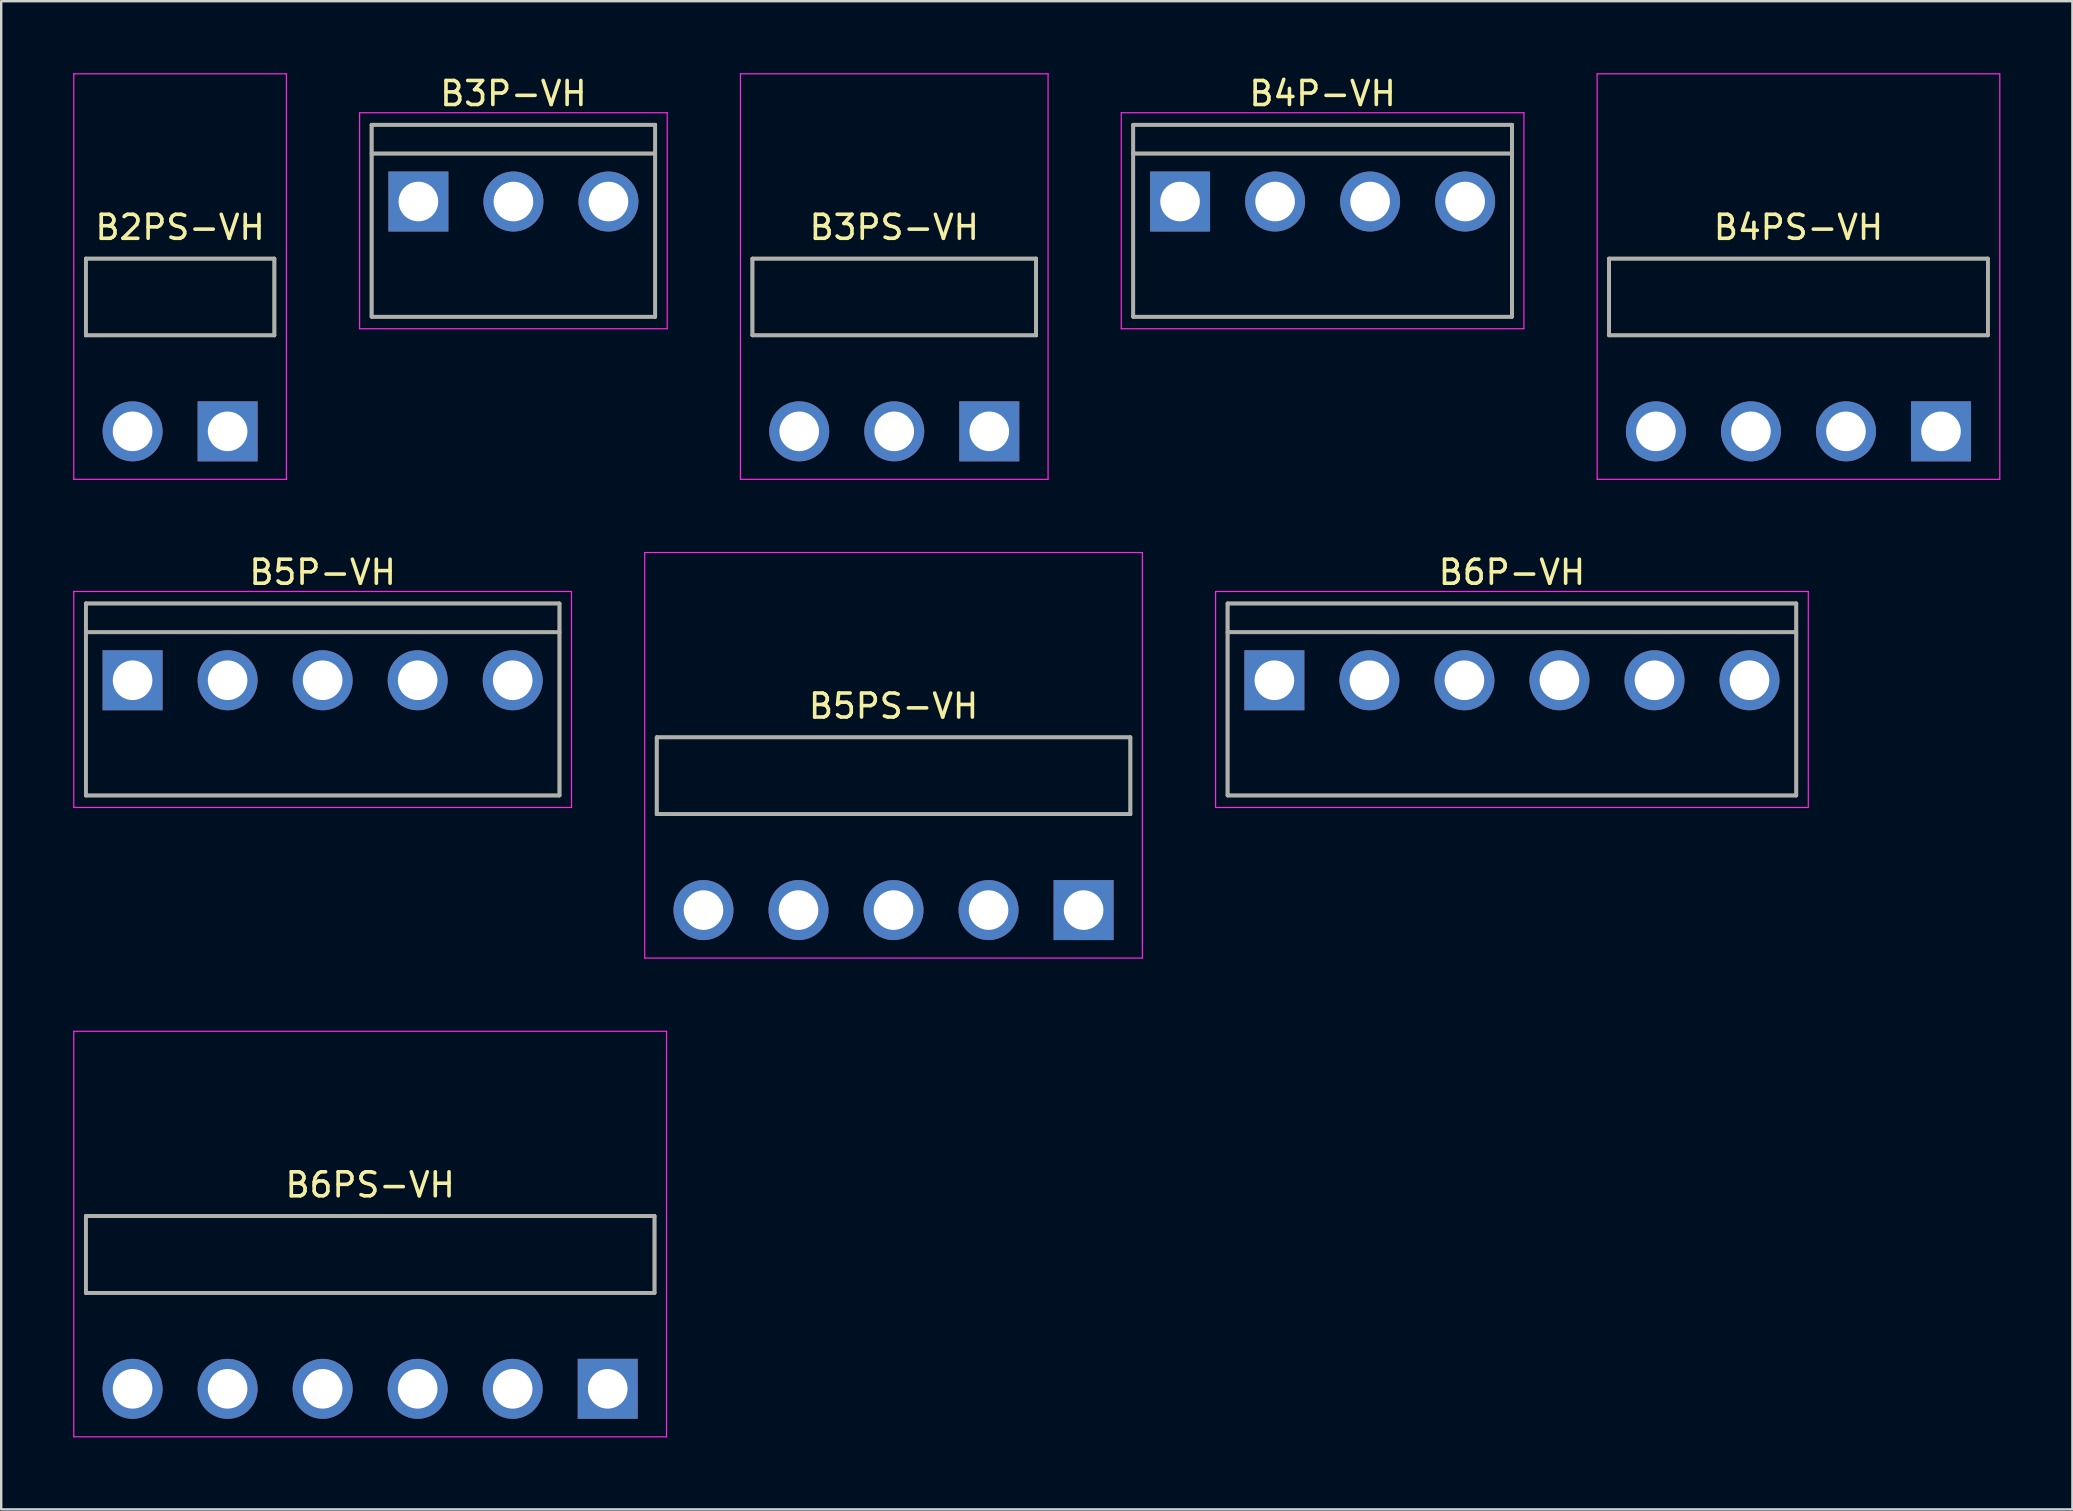
<source format=kicad_pcb>
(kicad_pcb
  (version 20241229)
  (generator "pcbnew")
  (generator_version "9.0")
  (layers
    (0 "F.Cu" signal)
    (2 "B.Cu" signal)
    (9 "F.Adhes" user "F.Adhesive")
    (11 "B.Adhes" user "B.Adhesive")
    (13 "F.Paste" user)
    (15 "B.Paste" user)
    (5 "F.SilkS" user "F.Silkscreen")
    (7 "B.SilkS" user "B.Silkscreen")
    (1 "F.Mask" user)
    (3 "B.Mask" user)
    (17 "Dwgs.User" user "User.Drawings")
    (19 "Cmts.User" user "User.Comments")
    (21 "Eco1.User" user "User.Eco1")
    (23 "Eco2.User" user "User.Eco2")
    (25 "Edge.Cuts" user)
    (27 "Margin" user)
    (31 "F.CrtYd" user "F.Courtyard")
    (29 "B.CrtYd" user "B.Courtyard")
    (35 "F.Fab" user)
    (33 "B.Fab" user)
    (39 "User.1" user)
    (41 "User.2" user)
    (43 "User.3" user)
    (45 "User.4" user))
  (footprint "B6P-VH"
    (layer "F.Cu")
    (at 59.955 25.298)
    (property "Reference" "B6P-VH" (at 0 -4.5 0) (layer "F.SilkS") (effects (font (size 1 1) (thickness 0.15))))
    (attr smd)
    (fp_line (start -11.85 -3.2) (end -11.85 4.8) (stroke (width 0.15) (type solid)) (layer "F.SilkS"))
    (fp_line (start -11.85 -3.2) (end 11.85 -3.2) (stroke (width 0.15) (type solid)) (layer "F.SilkS"))
    (fp_line (start -11.85 -2) (end 11.85 -2) (stroke (width 0.15) (type solid)) (layer "F.SilkS"))
    (fp_line (start -11.85 4.8) (end 11.85 4.8) (stroke (width 0.15) (type solid)) (layer "F.SilkS"))
    (fp_line (start 11.85 -3.2) (end 11.85 4.8) (stroke (width 0.15) (type solid)) (layer "F.SilkS"))
    (fp_line (start -12.35 -3.7) (end -12.35 5.3) (stroke (width 0.05) (type solid)) (layer "F.CrtYd"))
    (fp_line (start -12.35 -3.7) (end 12.35 -3.7) (stroke (width 0.05) (type solid)) (layer "F.CrtYd"))
    (fp_line (start -12.35 5.3) (end 12.35 5.3) (stroke (width 0.05) (type solid)) (layer "F.CrtYd"))
    (fp_line (start 12.35 -3.7) (end 12.35 5.3) (stroke (width 0.05) (type solid)) (layer "F.CrtYd"))
    (fp_line (start -11.85 -3.2) (end -11.85 4.8) (stroke (width 0.15) (type solid)) (layer "F.Fab"))
    (fp_line (start -11.85 -3.2) (end 11.85 -3.2) (stroke (width 0.15) (type solid)) (layer "F.Fab"))
    (fp_line (start -11.85 -2) (end 11.85 -2) (stroke (width 0.15) (type solid)) (layer "F.Fab"))
    (fp_line (start -11.85 4.8) (end 11.85 4.8) (stroke (width 0.15) (type solid)) (layer "F.Fab"))
    (fp_line (start 11.85 -3.2) (end 11.85 4.8) (stroke (width 0.15) (type solid)) (layer "F.Fab"))
    (pad "1" thru_hole rect (at -9.9 0) (size 2.5 2.5) (drill 1.65) (layers "*.Cu" "*.Mask"))
    (pad "2" thru_hole circle (at -5.94 0) (size 2.5 2.5) (drill 1.65) (layers "*.Cu" "*.Mask"))
    (pad "3" thru_hole circle (at -1.98 0) (size 2.5 2.5) (drill 1.65) (layers "*.Cu" "*.Mask"))
    (pad "4" thru_hole circle (at 1.98 0) (size 2.5 2.5) (drill 1.65) (layers "*.Cu" "*.Mask"))
    (pad "5" thru_hole circle (at 5.94 0) (size 2.5 2.5) (drill 1.65) (layers "*.Cu" "*.Mask"))
    (pad "6" thru_hole circle (at 9.9 0) (size 2.5 2.5) (drill 1.65) (layers "*.Cu" "*.Mask")))
  (footprint "B4P-VH"
    (layer "F.Cu")
    (at 52.065 5.348)
    (property "Reference" "B4P-VH" (at 0 -4.5 0) (layer "F.SilkS") (effects (font (size 1 1) (thickness 0.15))))
    (attr smd)
    (fp_line (start -7.89 -3.2) (end -7.89 4.8) (stroke (width 0.15) (type solid)) (layer "F.SilkS"))
    (fp_line (start -7.89 -3.2) (end 7.89 -3.2) (stroke (width 0.15) (type solid)) (layer "F.SilkS"))
    (fp_line (start -7.89 -2) (end 7.89 -2) (stroke (width 0.15) (type solid)) (layer "F.SilkS"))
    (fp_line (start -7.89 4.8) (end 7.89 4.8) (stroke (width 0.15) (type solid)) (layer "F.SilkS"))
    (fp_line (start 7.89 -3.2) (end 7.89 4.8) (stroke (width 0.15) (type solid)) (layer "F.SilkS"))
    (fp_line (start -8.39 -3.7) (end -8.39 5.3) (stroke (width 0.05) (type solid)) (layer "F.CrtYd"))
    (fp_line (start -8.39 -3.7) (end 8.39 -3.7) (stroke (width 0.05) (type solid)) (layer "F.CrtYd"))
    (fp_line (start -8.39 5.3) (end 8.39 5.3) (stroke (width 0.05) (type solid)) (layer "F.CrtYd"))
    (fp_line (start 8.39 -3.7) (end 8.39 5.3) (stroke (width 0.05) (type solid)) (layer "F.CrtYd"))
    (fp_line (start -7.89 -3.2) (end -7.89 4.8) (stroke (width 0.15) (type solid)) (layer "F.Fab"))
    (fp_line (start -7.89 -3.2) (end 7.89 -3.2) (stroke (width 0.15) (type solid)) (layer "F.Fab"))
    (fp_line (start -7.89 -2) (end 7.89 -2) (stroke (width 0.15) (type solid)) (layer "F.Fab"))
    (fp_line (start -7.89 4.8) (end 7.89 4.8) (stroke (width 0.15) (type solid)) (layer "F.Fab"))
    (fp_line (start 7.89 -3.2) (end 7.89 4.8) (stroke (width 0.15) (type solid)) (layer "F.Fab"))
    (pad "1" thru_hole rect (at -5.94 0) (size 2.5 2.5) (drill 1.65) (layers "*.Cu" "*.Mask"))
    (pad "2" thru_hole circle (at -1.98 0) (size 2.5 2.5) (drill 1.65) (layers "*.Cu" "*.Mask"))
    (pad "3" thru_hole circle (at 1.98 0) (size 2.5 2.5) (drill 1.65) (layers "*.Cu" "*.Mask"))
    (pad "4" thru_hole circle (at 5.94 0) (size 2.5 2.5) (drill 1.65) (layers "*.Cu" "*.Mask")))
  (footprint "B3PS-VH"
    (layer "F.Cu")
    (at 34.215 14.925)
    (property "Reference" "B3PS-VH" (at 0 -8.5 0) (layer "F.SilkS") (effects (font (size 1 1) (thickness 0.15))))
    (attr smd)
    (fp_line (start -5.91 -7.2) (end -5.91 -4) (stroke (width 0.15) (type solid)) (layer "F.SilkS"))
    (fp_line (start -5.91 -7.2) (end 5.91 -7.2) (stroke (width 0.15) (type solid)) (layer "F.SilkS"))
    (fp_line (start -5.91 -4) (end 5.91 -4) (stroke (width 0.15) (type solid)) (layer "F.SilkS"))
    (fp_line (start 5.91 -7.2) (end 5.91 -4) (stroke (width 0.15) (type solid)) (layer "F.SilkS"))
    (fp_line (start -6.41 -14.9) (end -6.41 2) (stroke (width 0.05) (type solid)) (layer "F.CrtYd"))
    (fp_line (start -6.41 -14.9) (end 6.41 -14.9) (stroke (width 0.05) (type solid)) (layer "F.CrtYd"))
    (fp_line (start -6.41 2) (end 6.41 2) (stroke (width 0.05) (type solid)) (layer "F.CrtYd"))
    (fp_line (start 6.41 -14.9) (end 6.41 2) (stroke (width 0.05) (type solid)) (layer "F.CrtYd"))
    (fp_line (start -5.91 -7.2) (end -5.91 -4) (stroke (width 0.15) (type solid)) (layer "F.Fab"))
    (fp_line (start -5.91 -7.2) (end 5.91 -7.2) (stroke (width 0.15) (type solid)) (layer "F.Fab"))
    (fp_line (start -5.91 -4) (end 5.91 -4) (stroke (width 0.15) (type solid)) (layer "F.Fab"))
    (fp_line (start 5.91 -7.2) (end 5.91 -4) (stroke (width 0.15) (type solid)) (layer "F.Fab"))
    (pad "1" thru_hole rect (at 3.96 0 180) (size 2.5 2.5) (drill 1.65) (layers "*.Cu" "*.Mask"))
    (pad "2" thru_hole circle (at 0 0 180) (size 2.5 2.5) (drill 1.65) (layers "*.Cu" "*.Mask"))
    (pad "3" thru_hole circle (at -3.96 0 180) (size 2.5 2.5) (drill 1.65) (layers "*.Cu" "*.Mask")))
  (footprint "B2PS-VH"
    (layer "F.Cu")
    (at 4.455 14.925)
    (property "Reference" "B2PS-VH" (at 0 -8.5 0) (layer "F.SilkS") (effects (font (size 1 1) (thickness 0.15))))
    (attr smd)
    (fp_line (start -3.93 -7.2) (end -3.93 -4) (stroke (width 0.15) (type solid)) (layer "F.SilkS"))
    (fp_line (start -3.93 -7.2) (end 3.93 -7.2) (stroke (width 0.15) (type solid)) (layer "F.SilkS"))
    (fp_line (start -3.93 -4) (end 3.93 -4) (stroke (width 0.15) (type solid)) (layer "F.SilkS"))
    (fp_line (start 3.93 -7.2) (end 3.93 -4) (stroke (width 0.15) (type solid)) (layer "F.SilkS"))
    (fp_line (start -4.43 -14.9) (end -4.43 2) (stroke (width 0.05) (type solid)) (layer "F.CrtYd"))
    (fp_line (start -4.43 -14.9) (end 4.43 -14.9) (stroke (width 0.05) (type solid)) (layer "F.CrtYd"))
    (fp_line (start -4.43 2) (end 4.43 2) (stroke (width 0.05) (type solid)) (layer "F.CrtYd"))
    (fp_line (start 4.43 -14.9) (end 4.43 2) (stroke (width 0.05) (type solid)) (layer "F.CrtYd"))
    (fp_line (start -3.93 -7.2) (end -3.93 -4) (stroke (width 0.15) (type solid)) (layer "F.Fab"))
    (fp_line (start -3.93 -7.2) (end 3.93 -7.2) (stroke (width 0.15) (type solid)) (layer "F.Fab"))
    (fp_line (start -3.93 -4) (end 3.93 -4) (stroke (width 0.15) (type solid)) (layer "F.Fab"))
    (fp_line (start 3.93 -7.2) (end 3.93 -4) (stroke (width 0.15) (type solid)) (layer "F.Fab"))
    (pad "1" thru_hole rect (at 1.98 0 180) (size 2.5 2.5) (drill 1.65) (layers "*.Cu" "*.Mask"))
    (pad "2" thru_hole circle (at -1.98 0 180) (size 2.5 2.5) (drill 1.65) (layers "*.Cu" "*.Mask")))
  (footprint "B3P-VH"
    (layer "F.Cu")
    (at 18.345 5.348)
    (property "Reference" "B3P-VH" (at 0 -4.5 0) (layer "F.SilkS") (effects (font (size 1 1) (thickness 0.15))))
    (attr smd)
    (fp_line (start -5.91 -3.2) (end -5.91 4.8) (stroke (width 0.15) (type solid)) (layer "F.SilkS"))
    (fp_line (start -5.91 -3.2) (end 5.91 -3.2) (stroke (width 0.15) (type solid)) (layer "F.SilkS"))
    (fp_line (start -5.91 -2) (end 5.91 -2) (stroke (width 0.15) (type solid)) (layer "F.SilkS"))
    (fp_line (start -5.91 4.8) (end 5.91 4.8) (stroke (width 0.15) (type solid)) (layer "F.SilkS"))
    (fp_line (start 5.91 -3.2) (end 5.91 4.8) (stroke (width 0.15) (type solid)) (layer "F.SilkS"))
    (fp_line (start -6.41 -3.7) (end -6.41 5.3) (stroke (width 0.05) (type solid)) (layer "F.CrtYd"))
    (fp_line (start -6.41 -3.7) (end 6.41 -3.7) (stroke (width 0.05) (type solid)) (layer "F.CrtYd"))
    (fp_line (start -6.41 5.3) (end 6.41 5.3) (stroke (width 0.05) (type solid)) (layer "F.CrtYd"))
    (fp_line (start 6.41 -3.7) (end 6.41 5.3) (stroke (width 0.05) (type solid)) (layer "F.CrtYd"))
    (fp_line (start -5.91 -3.2) (end -5.91 4.8) (stroke (width 0.15) (type solid)) (layer "F.Fab"))
    (fp_line (start -5.91 -3.2) (end 5.91 -3.2) (stroke (width 0.15) (type solid)) (layer "F.Fab"))
    (fp_line (start -5.91 -2) (end 5.91 -2) (stroke (width 0.15) (type solid)) (layer "F.Fab"))
    (fp_line (start -5.91 4.8) (end 5.91 4.8) (stroke (width 0.15) (type solid)) (layer "F.Fab"))
    (fp_line (start 5.91 -3.2) (end 5.91 4.8) (stroke (width 0.15) (type solid)) (layer "F.Fab"))
    (pad "1" thru_hole rect (at -3.96 0) (size 2.5 2.5) (drill 1.65) (layers "*.Cu" "*.Mask"))
    (pad "2" thru_hole circle (at 0 0) (size 2.5 2.5) (drill 1.65) (layers "*.Cu" "*.Mask"))
    (pad "3" thru_hole circle (at 3.96 0) (size 2.5 2.5) (drill 1.65) (layers "*.Cu" "*.Mask")))
  (footprint "B4PS-VH"
    (layer "F.Cu")
    (at 71.895 14.925)
    (property "Reference" "B4PS-VH" (at 0 -8.5 0) (layer "F.SilkS") (effects (font (size 1 1) (thickness 0.15))))
    (attr smd)
    (fp_line (start -7.89 -7.2) (end -7.89 -4) (stroke (width 0.15) (type solid)) (layer "F.SilkS"))
    (fp_line (start -7.89 -7.2) (end 7.89 -7.2) (stroke (width 0.15) (type solid)) (layer "F.SilkS"))
    (fp_line (start -7.89 -4) (end 7.89 -4) (stroke (width 0.15) (type solid)) (layer "F.SilkS"))
    (fp_line (start 7.89 -7.2) (end 7.89 -4) (stroke (width 0.15) (type solid)) (layer "F.SilkS"))
    (fp_line (start -8.39 -14.9) (end -8.39 2) (stroke (width 0.05) (type solid)) (layer "F.CrtYd"))
    (fp_line (start -8.39 -14.9) (end 8.39 -14.9) (stroke (width 0.05) (type solid)) (layer "F.CrtYd"))
    (fp_line (start -8.39 2) (end 8.39 2) (stroke (width 0.05) (type solid)) (layer "F.CrtYd"))
    (fp_line (start 8.39 -14.9) (end 8.39 2) (stroke (width 0.05) (type solid)) (layer "F.CrtYd"))
    (fp_line (start -7.89 -7.2) (end -7.89 -4) (stroke (width 0.15) (type solid)) (layer "F.Fab"))
    (fp_line (start -7.89 -7.2) (end 7.89 -7.2) (stroke (width 0.15) (type solid)) (layer "F.Fab"))
    (fp_line (start -7.89 -4) (end 7.89 -4) (stroke (width 0.15) (type solid)) (layer "F.Fab"))
    (fp_line (start 7.89 -7.2) (end 7.89 -4) (stroke (width 0.15) (type solid)) (layer "F.Fab"))
    (pad "1" thru_hole rect (at 5.94 0 180) (size 2.5 2.5) (drill 1.65) (layers "*.Cu" "*.Mask"))
    (pad "2" thru_hole circle (at 1.98 0 180) (size 2.5 2.5) (drill 1.65) (layers "*.Cu" "*.Mask"))
    (pad "3" thru_hole circle (at -1.98 0 180) (size 2.5 2.5) (drill 1.65) (layers "*.Cu" "*.Mask"))
    (pad "4" thru_hole circle (at -5.94 0 180) (size 2.5 2.5) (drill 1.65) (layers "*.Cu" "*.Mask")))
  (footprint "B5PS-VH"
    (layer "F.Cu")
    (at 34.185 34.875)
    (property "Reference" "B5PS-VH" (at 0 -8.5 0) (layer "F.SilkS") (effects (font (size 1 1) (thickness 0.15))))
    (attr smd)
    (fp_line (start -9.87 -7.2) (end -9.87 -4) (stroke (width 0.15) (type solid)) (layer "F.SilkS"))
    (fp_line (start -9.87 -7.2) (end 9.87 -7.2) (stroke (width 0.15) (type solid)) (layer "F.SilkS"))
    (fp_line (start -9.87 -4) (end 9.87 -4) (stroke (width 0.15) (type solid)) (layer "F.SilkS"))
    (fp_line (start 9.87 -7.2) (end 9.87 -4) (stroke (width 0.15) (type solid)) (layer "F.SilkS"))
    (fp_line (start -10.37 -14.9) (end -10.37 2) (stroke (width 0.05) (type solid)) (layer "F.CrtYd"))
    (fp_line (start -10.37 -14.9) (end 10.37 -14.9) (stroke (width 0.05) (type solid)) (layer "F.CrtYd"))
    (fp_line (start -10.37 2) (end 10.37 2) (stroke (width 0.05) (type solid)) (layer "F.CrtYd"))
    (fp_line (start 10.37 -14.9) (end 10.37 2) (stroke (width 0.05) (type solid)) (layer "F.CrtYd"))
    (fp_line (start -9.87 -7.2) (end -9.87 -4) (stroke (width 0.15) (type solid)) (layer "F.Fab"))
    (fp_line (start -9.87 -7.2) (end 9.87 -7.2) (stroke (width 0.15) (type solid)) (layer "F.Fab"))
    (fp_line (start -9.87 -4) (end 9.87 -4) (stroke (width 0.15) (type solid)) (layer "F.Fab"))
    (fp_line (start 9.87 -7.2) (end 9.87 -4) (stroke (width 0.15) (type solid)) (layer "F.Fab"))
    (pad "1" thru_hole rect (at 7.92 0 180) (size 2.5 2.5) (drill 1.65) (layers "*.Cu" "*.Mask"))
    (pad "2" thru_hole circle (at 3.96 0 180) (size 2.5 2.5) (drill 1.65) (layers "*.Cu" "*.Mask"))
    (pad "3" thru_hole circle (at 0 0 180) (size 2.5 2.5) (drill 1.65) (layers "*.Cu" "*.Mask"))
    (pad "4" thru_hole circle (at -3.96 0 180) (size 2.5 2.5) (drill 1.65) (layers "*.Cu" "*.Mask"))
    (pad "5" thru_hole circle (at -7.92 0 180) (size 2.5 2.5) (drill 1.65) (layers "*.Cu" "*.Mask")))
  (footprint "B5P-VH"
    (layer "F.Cu")
    (at 10.395 25.298)
    (property "Reference" "B5P-VH" (at 0 -4.5 0) (layer "F.SilkS") (effects (font (size 1 1) (thickness 0.15))))
    (attr smd)
    (fp_line (start -9.87 -3.2) (end -9.87 4.8) (stroke (width 0.15) (type solid)) (layer "F.SilkS"))
    (fp_line (start -9.87 -3.2) (end 9.87 -3.2) (stroke (width 0.15) (type solid)) (layer "F.SilkS"))
    (fp_line (start -9.87 -2) (end 9.87 -2) (stroke (width 0.15) (type solid)) (layer "F.SilkS"))
    (fp_line (start -9.87 4.8) (end 9.87 4.8) (stroke (width 0.15) (type solid)) (layer "F.SilkS"))
    (fp_line (start 9.87 -3.2) (end 9.87 4.8) (stroke (width 0.15) (type solid)) (layer "F.SilkS"))
    (fp_line (start -10.37 -3.7) (end -10.37 5.3) (stroke (width 0.05) (type solid)) (layer "F.CrtYd"))
    (fp_line (start -10.37 -3.7) (end 10.37 -3.7) (stroke (width 0.05) (type solid)) (layer "F.CrtYd"))
    (fp_line (start -10.37 5.3) (end 10.37 5.3) (stroke (width 0.05) (type solid)) (layer "F.CrtYd"))
    (fp_line (start 10.37 -3.7) (end 10.37 5.3) (stroke (width 0.05) (type solid)) (layer "F.CrtYd"))
    (fp_line (start -9.87 -3.2) (end -9.87 4.8) (stroke (width 0.15) (type solid)) (layer "F.Fab"))
    (fp_line (start -9.87 -3.2) (end 9.87 -3.2) (stroke (width 0.15) (type solid)) (layer "F.Fab"))
    (fp_line (start -9.87 -2) (end 9.87 -2) (stroke (width 0.15) (type solid)) (layer "F.Fab"))
    (fp_line (start -9.87 4.8) (end 9.87 4.8) (stroke (width 0.15) (type solid)) (layer "F.Fab"))
    (fp_line (start 9.87 -3.2) (end 9.87 4.8) (stroke (width 0.15) (type solid)) (layer "F.Fab"))
    (pad "1" thru_hole rect (at -7.92 0) (size 2.5 2.5) (drill 1.65) (layers "*.Cu" "*.Mask"))
    (pad "2" thru_hole circle (at -3.96 0) (size 2.5 2.5) (drill 1.65) (layers "*.Cu" "*.Mask"))
    (pad "3" thru_hole circle (at 0 0) (size 2.5 2.5) (drill 1.65) (layers "*.Cu" "*.Mask"))
    (pad "4" thru_hole circle (at 3.96 0) (size 2.5 2.5) (drill 1.65) (layers "*.Cu" "*.Mask"))
    (pad "5" thru_hole circle (at 7.92 0) (size 2.5 2.5) (drill 1.65) (layers "*.Cu" "*.Mask")))
  (footprint "B6PS-VH"
    (layer "F.Cu")
    (at 12.375 54.825)
    (property "Reference" "B6PS-VH" (at 0 -8.5 0) (layer "F.SilkS") (effects (font (size 1 1) (thickness 0.15))))
    (attr smd)
    (fp_line (start -11.85 -7.2) (end -11.85 -4) (stroke (width 0.15) (type solid)) (layer "F.SilkS"))
    (fp_line (start -11.85 -7.2) (end 11.85 -7.2) (stroke (width 0.15) (type solid)) (layer "F.SilkS"))
    (fp_line (start -11.85 -4) (end 11.85 -4) (stroke (width 0.15) (type solid)) (layer "F.SilkS"))
    (fp_line (start 11.85 -7.2) (end 11.85 -4) (stroke (width 0.15) (type solid)) (layer "F.SilkS"))
    (fp_line (start -12.35 -14.9) (end -12.35 2) (stroke (width 0.05) (type solid)) (layer "F.CrtYd"))
    (fp_line (start -12.35 -14.9) (end 12.35 -14.9) (stroke (width 0.05) (type solid)) (layer "F.CrtYd"))
    (fp_line (start -12.35 2) (end 12.35 2) (stroke (width 0.05) (type solid)) (layer "F.CrtYd"))
    (fp_line (start 12.35 -14.9) (end 12.35 2) (stroke (width 0.05) (type solid)) (layer "F.CrtYd"))
    (fp_line (start -11.85 -7.2) (end -11.85 -4) (stroke (width 0.15) (type solid)) (layer "F.Fab"))
    (fp_line (start -11.85 -7.2) (end 11.85 -7.2) (stroke (width 0.15) (type solid)) (layer "F.Fab"))
    (fp_line (start -11.85 -4) (end 11.85 -4) (stroke (width 0.15) (type solid)) (layer "F.Fab"))
    (fp_line (start 11.85 -7.2) (end 11.85 -4) (stroke (width 0.15) (type solid)) (layer "F.Fab"))
    (pad "1" thru_hole rect (at 9.9 0 180) (size 2.5 2.5) (drill 1.65) (layers "*.Cu" "*.Mask"))
    (pad "2" thru_hole circle (at 5.94 0 180) (size 2.5 2.5) (drill 1.65) (layers "*.Cu" "*.Mask"))
    (pad "3" thru_hole circle (at 1.98 0 180) (size 2.5 2.5) (drill 1.65) (layers "*.Cu" "*.Mask"))
    (pad "4" thru_hole circle (at -1.98 0 180) (size 2.5 2.5) (drill 1.65) (layers "*.Cu" "*.Mask"))
    (pad "5" thru_hole circle (at -5.94 0 180) (size 2.5 2.5) (drill 1.65) (layers "*.Cu" "*.Mask"))
    (pad "6" thru_hole circle (at -9.9 0 180) (size 2.5 2.5) (drill 1.65) (layers "*.Cu" "*.Mask")))
  (gr_rect
    (start -3 -3)
    (end 83.31 59.85)
    (stroke (width 0.1) (type default))
    (fill no)
    (layer "Edge.Cuts")))
</source>
